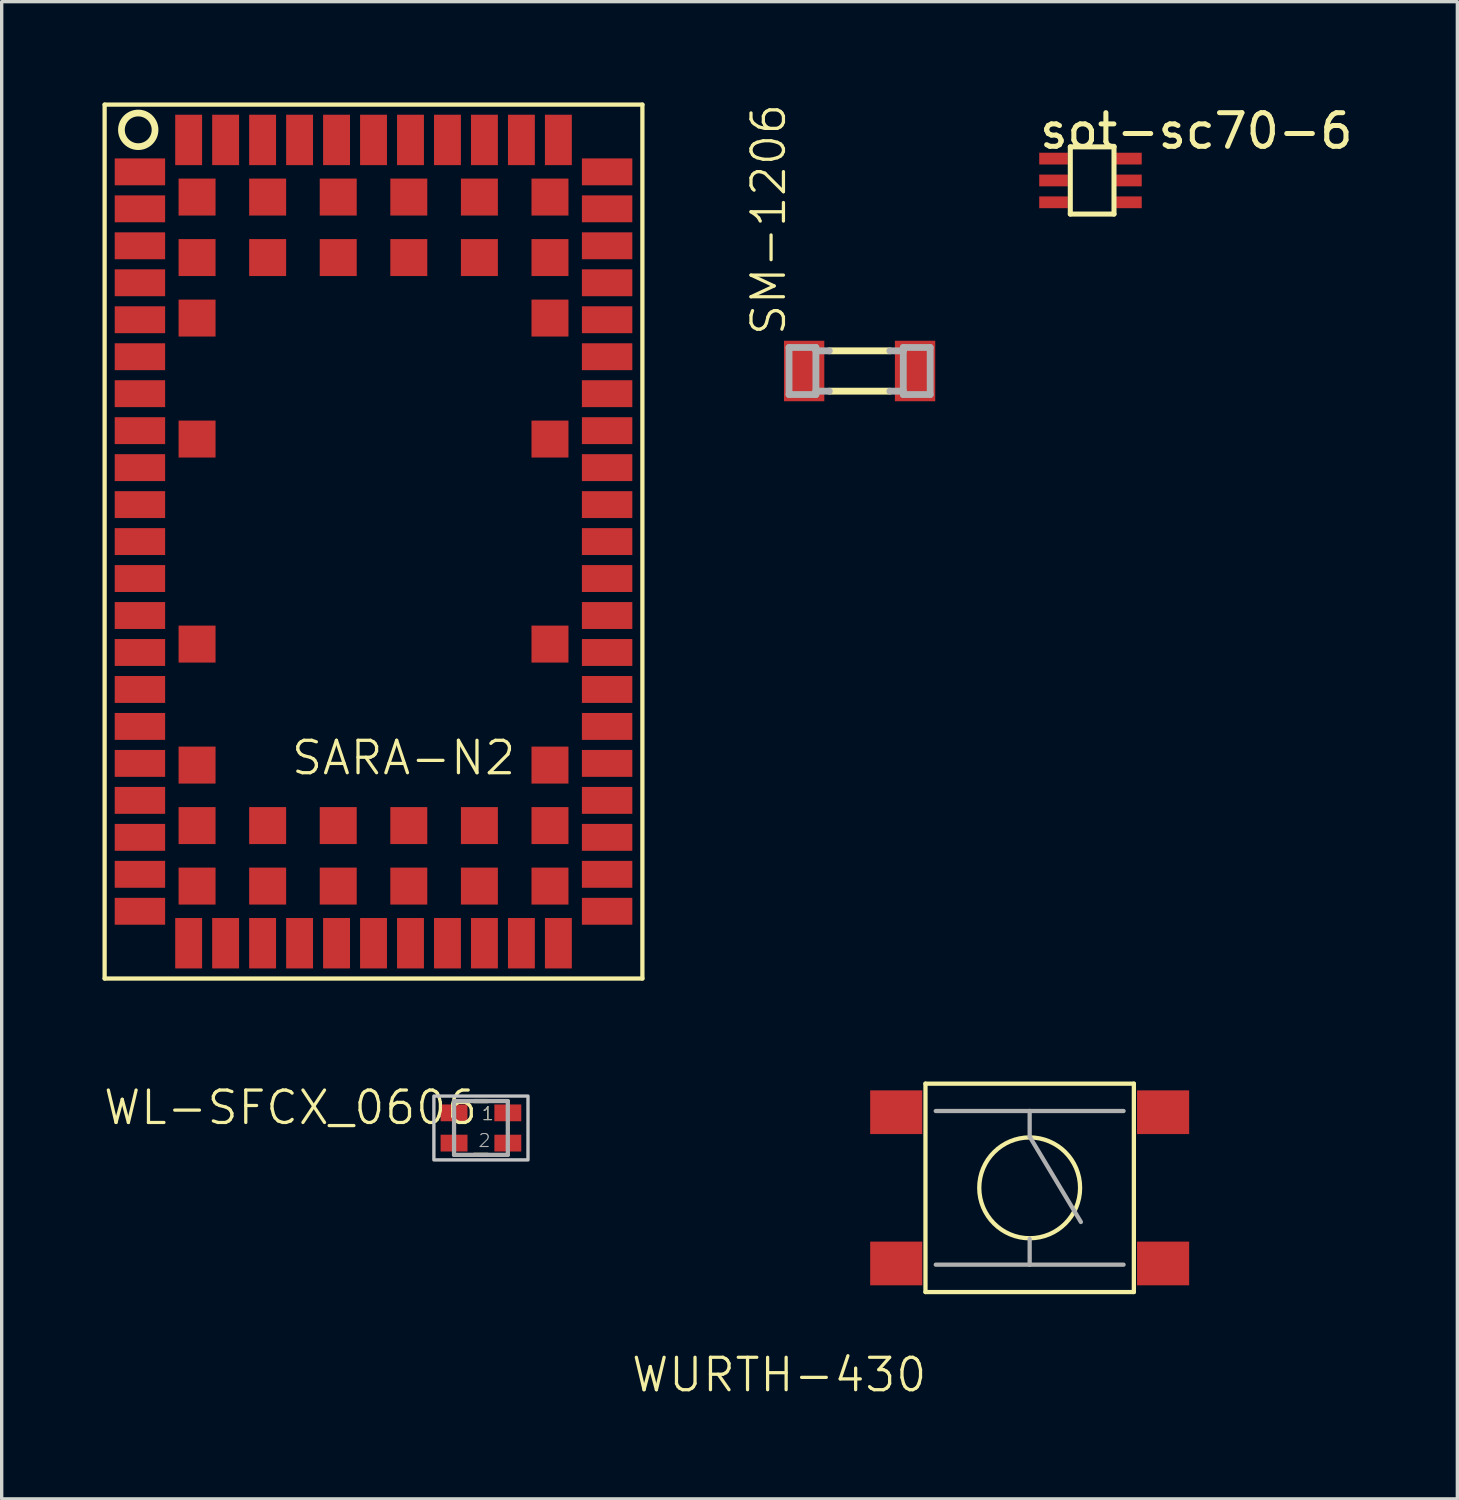
<source format=kicad_pcb>
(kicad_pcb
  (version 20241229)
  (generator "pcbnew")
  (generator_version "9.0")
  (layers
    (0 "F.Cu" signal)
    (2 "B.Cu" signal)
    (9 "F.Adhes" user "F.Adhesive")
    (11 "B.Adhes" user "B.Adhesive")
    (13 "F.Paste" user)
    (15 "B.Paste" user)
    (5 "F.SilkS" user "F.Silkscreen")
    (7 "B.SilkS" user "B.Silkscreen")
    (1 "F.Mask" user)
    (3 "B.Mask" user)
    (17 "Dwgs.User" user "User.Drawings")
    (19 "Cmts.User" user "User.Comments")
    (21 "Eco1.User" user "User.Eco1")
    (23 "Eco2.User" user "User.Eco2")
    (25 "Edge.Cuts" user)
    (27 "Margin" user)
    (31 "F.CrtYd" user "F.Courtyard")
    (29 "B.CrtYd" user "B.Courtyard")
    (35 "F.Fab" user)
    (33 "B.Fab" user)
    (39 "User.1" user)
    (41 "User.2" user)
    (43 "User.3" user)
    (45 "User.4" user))
  (footprint "SARA-N2"
    (layer "F.Cu")
    (at 8.063 2.063)
    (property "Reference" "SARA-N2" (at -2.5 18 0) (layer "F.SilkS") (effects (font (size 0.965 0.965) (thickness 0.097)) (justify left bottom)))
    (attr through_hole)
    (fp_line (start -8 -2) (end 8 -2) (stroke (width 0.127) (type solid)) (layer "F.SilkS"))
    (fp_line (start -8 24) (end -8 -2) (stroke (width 0.127) (type solid)) (layer "F.SilkS"))
    (fp_line (start 8 -2) (end 8 24) (stroke (width 0.127) (type solid)) (layer "F.SilkS"))
    (fp_line (start 8 24) (end -8 24) (stroke (width 0.127) (type solid)) (layer "F.SilkS"))
    (fp_circle (center -7 -1.25) (end -6.5 -1.25) (stroke (width 0.2) (type solid)) (fill no) (layer "F.SilkS"))
    (pad "1" smd rect (at -6.95 0 90) (size 0.8 1.5) (layers "F.Cu" "F.Mask" "F.Paste"))
    (pad "2" smd rect (at -6.95 1.1 90) (size 0.8 1.5) (layers "F.Cu" "F.Mask" "F.Paste"))
    (pad "3" smd rect (at -6.95 2.2 90) (size 0.8 1.5) (layers "F.Cu" "F.Mask" "F.Paste"))
    (pad "4" smd rect (at -6.95 3.3 90) (size 0.8 1.5) (layers "F.Cu" "F.Mask" "F.Paste"))
    (pad "5" smd rect (at -6.95 4.4 90) (size 0.8 1.5) (layers "F.Cu" "F.Mask" "F.Paste"))
    (pad "6" smd rect (at -6.95 5.5 90) (size 0.8 1.5) (layers "F.Cu" "F.Mask" "F.Paste"))
    (pad "7" smd rect (at -6.95 6.6 90) (size 0.8 1.5) (layers "F.Cu" "F.Mask" "F.Paste"))
    (pad "8" smd rect (at -6.95 7.7 90) (size 0.8 1.5) (layers "F.Cu" "F.Mask" "F.Paste"))
    (pad "9" smd rect (at -6.95 8.8 90) (size 0.8 1.5) (layers "F.Cu" "F.Mask" "F.Paste"))
    (pad "10" smd rect (at -6.95 9.9 90) (size 0.8 1.5) (layers "F.Cu" "F.Mask" "F.Paste"))
    (pad "11" smd rect (at -6.95 11 90) (size 0.8 1.5) (layers "F.Cu" "F.Mask" "F.Paste"))
    (pad "12" smd rect (at -6.95 12.1 90) (size 0.8 1.5) (layers "F.Cu" "F.Mask" "F.Paste"))
    (pad "13" smd rect (at -6.95 13.2 90) (size 0.8 1.5) (layers "F.Cu" "F.Mask" "F.Paste"))
    (pad "14" smd rect (at -6.95 14.3 90) (size 0.8 1.5) (layers "F.Cu" "F.Mask" "F.Paste"))
    (pad "15" smd rect (at -6.95 15.4 90) (size 0.8 1.5) (layers "F.Cu" "F.Mask" "F.Paste"))
    (pad "16" smd rect (at -6.95 16.5 90) (size 0.8 1.5) (layers "F.Cu" "F.Mask" "F.Paste"))
    (pad "17" smd rect (at -6.95 17.6 90) (size 0.8 1.5) (layers "F.Cu" "F.Mask" "F.Paste"))
    (pad "18" smd rect (at -6.95 18.7 90) (size 0.8 1.5) (layers "F.Cu" "F.Mask" "F.Paste"))
    (pad "19" smd rect (at -6.95 19.8 90) (size 0.8 1.5) (layers "F.Cu" "F.Mask" "F.Paste"))
    (pad "20" smd rect (at -6.95 20.9 90) (size 0.8 1.5) (layers "F.Cu" "F.Mask" "F.Paste"))
    (pad "21" smd rect (at -6.95 22 90) (size 0.8 1.5) (layers "F.Cu" "F.Mask" "F.Paste"))
    (pad "22" smd rect (at -5.5 22.95) (size 0.8 1.5) (layers "F.Cu" "F.Mask" "F.Paste"))
    (pad "23" smd rect (at -4.4 22.95) (size 0.8 1.5) (layers "F.Cu" "F.Mask" "F.Paste"))
    (pad "24" smd rect (at -3.3 22.95) (size 0.8 1.5) (layers "F.Cu" "F.Mask" "F.Paste"))
    (pad "25" smd rect (at -2.2 22.95) (size 0.8 1.5) (layers "F.Cu" "F.Mask" "F.Paste"))
    (pad "26" smd rect (at -1.1 22.95) (size 0.8 1.5) (layers "F.Cu" "F.Mask" "F.Paste"))
    (pad "27" smd rect (at 0 22.95) (size 0.8 1.5) (layers "F.Cu" "F.Mask" "F.Paste"))
    (pad "28" smd rect (at 1.1 22.95) (size 0.8 1.5) (layers "F.Cu" "F.Mask" "F.Paste"))
    (pad "29" smd rect (at 2.2 22.95) (size 0.8 1.5) (layers "F.Cu" "F.Mask" "F.Paste"))
    (pad "30" smd rect (at 3.3 22.95) (size 0.8 1.5) (layers "F.Cu" "F.Mask" "F.Paste"))
    (pad "31" smd rect (at 4.4 22.95) (size 0.8 1.5) (layers "F.Cu" "F.Mask" "F.Paste"))
    (pad "32" smd rect (at 5.5 22.95) (size 0.8 1.5) (layers "F.Cu" "F.Mask" "F.Paste"))
    (pad "33" smd rect (at 6.95 22 90) (size 0.8 1.5) (layers "F.Cu" "F.Mask" "F.Paste"))
    (pad "34" smd rect (at 6.95 20.9 90) (size 0.8 1.5) (layers "F.Cu" "F.Mask" "F.Paste"))
    (pad "35" smd rect (at 6.95 19.8 90) (size 0.8 1.5) (layers "F.Cu" "F.Mask" "F.Paste"))
    (pad "36" smd rect (at 6.95 18.7 90) (size 0.8 1.5) (layers "F.Cu" "F.Mask" "F.Paste"))
    (pad "37" smd rect (at 6.95 17.6 90) (size 0.8 1.5) (layers "F.Cu" "F.Mask" "F.Paste"))
    (pad "38" smd rect (at 6.95 16.5 90) (size 0.8 1.5) (layers "F.Cu" "F.Mask" "F.Paste"))
    (pad "39" smd rect (at 6.95 15.4 90) (size 0.8 1.5) (layers "F.Cu" "F.Mask" "F.Paste"))
    (pad "40" smd rect (at 6.95 14.3 90) (size 0.8 1.5) (layers "F.Cu" "F.Mask" "F.Paste"))
    (pad "41" smd rect (at 6.95 13.2 90) (size 0.8 1.5) (layers "F.Cu" "F.Mask" "F.Paste"))
    (pad "42" smd rect (at 6.95 12.1 90) (size 0.8 1.5) (layers "F.Cu" "F.Mask" "F.Paste"))
    (pad "43" smd rect (at 6.95 11 90) (size 0.8 1.5) (layers "F.Cu" "F.Mask" "F.Paste"))
    (pad "44" smd rect (at 6.95 9.9 90) (size 0.8 1.5) (layers "F.Cu" "F.Mask" "F.Paste"))
    (pad "45" smd rect (at 6.95 8.8 90) (size 0.8 1.5) (layers "F.Cu" "F.Mask" "F.Paste"))
    (pad "46" smd rect (at 6.95 7.7 90) (size 0.8 1.5) (layers "F.Cu" "F.Mask" "F.Paste"))
    (pad "47" smd rect (at 6.95 6.6 90) (size 0.8 1.5) (layers "F.Cu" "F.Mask" "F.Paste"))
    (pad "48" smd rect (at 6.95 5.5 90) (size 0.8 1.5) (layers "F.Cu" "F.Mask" "F.Paste"))
    (pad "49" smd rect (at 6.95 4.4 90) (size 0.8 1.5) (layers "F.Cu" "F.Mask" "F.Paste"))
    (pad "50" smd rect (at 6.95 3.3 90) (size 0.8 1.5) (layers "F.Cu" "F.Mask" "F.Paste"))
    (pad "51" smd rect (at 6.95 2.2 90) (size 0.8 1.5) (layers "F.Cu" "F.Mask" "F.Paste"))
    (pad "52" smd rect (at 6.95 1.1 90) (size 0.8 1.5) (layers "F.Cu" "F.Mask" "F.Paste"))
    (pad "53" smd rect (at 6.95 0 90) (size 0.8 1.5) (layers "F.Cu" "F.Mask" "F.Paste"))
    (pad "54" smd rect (at 5.5 -0.95) (size 0.8 1.5) (layers "F.Cu" "F.Mask" "F.Paste"))
    (pad "55" smd rect (at 4.4 -0.95) (size 0.8 1.5) (layers "F.Cu" "F.Mask" "F.Paste"))
    (pad "56" smd rect (at 3.3 -0.95) (size 0.8 1.5) (layers "F.Cu" "F.Mask" "F.Paste"))
    (pad "57" smd rect (at 2.2 -0.95) (size 0.8 1.5) (layers "F.Cu" "F.Mask" "F.Paste"))
    (pad "58" smd rect (at 1.1 -0.95) (size 0.8 1.5) (layers "F.Cu" "F.Mask" "F.Paste"))
    (pad "59" smd rect (at 0 -0.95) (size 0.8 1.5) (layers "F.Cu" "F.Mask" "F.Paste"))
    (pad "60" smd rect (at -1.1 -0.95) (size 0.8 1.5) (layers "F.Cu" "F.Mask" "F.Paste"))
    (pad "61" smd rect (at -2.2 -0.95) (size 0.8 1.5) (layers "F.Cu" "F.Mask" "F.Paste"))
    (pad "62" smd rect (at -3.3 -0.95) (size 0.8 1.5) (layers "F.Cu" "F.Mask" "F.Paste"))
    (pad "63" smd rect (at -4.4 -0.95) (size 0.8 1.5) (layers "F.Cu" "F.Mask" "F.Paste"))
    (pad "64" smd rect (at -5.5 -0.95) (size 0.8 1.5) (layers "F.Cu" "F.Mask" "F.Paste"))
    (pad "65" smd rect (at -5.25 0.75) (size 1.1 1.1) (layers "F.Cu" "F.Mask" "F.Paste"))
    (pad "66" smd rect (at -3.15 0.75) (size 1.1 1.1) (layers "F.Cu" "F.Mask" "F.Paste"))
    (pad "67" smd rect (at -1.05 0.75) (size 1.1 1.1) (layers "F.Cu" "F.Mask" "F.Paste"))
    (pad "68" smd rect (at 1.05 0.75) (size 1.1 1.1) (layers "F.Cu" "F.Mask" "F.Paste"))
    (pad "69" smd rect (at 3.15 0.75) (size 1.1 1.1) (layers "F.Cu" "F.Mask" "F.Paste"))
    (pad "70" smd rect (at 5.25 0.75) (size 1.1 1.1) (layers "F.Cu" "F.Mask" "F.Paste"))
    (pad "71" smd rect (at -5.25 2.55) (size 1.1 1.1) (layers "F.Cu" "F.Mask" "F.Paste"))
    (pad "72" smd rect (at -3.15 2.55) (size 1.1 1.1) (layers "F.Cu" "F.Mask" "F.Paste"))
    (pad "73" smd rect (at -1.05 2.55) (size 1.1 1.1) (layers "F.Cu" "F.Mask" "F.Paste"))
    (pad "74" smd rect (at 1.05 2.55) (size 1.1 1.1) (layers "F.Cu" "F.Mask" "F.Paste"))
    (pad "75" smd rect (at 3.15 2.55) (size 1.1 1.1) (layers "F.Cu" "F.Mask" "F.Paste"))
    (pad "76" smd rect (at 5.25 2.55) (size 1.1 1.1) (layers "F.Cu" "F.Mask" "F.Paste"))
    (pad "77" smd rect (at -5.25 4.35) (size 1.1 1.1) (layers "F.Cu" "F.Mask" "F.Paste"))
    (pad "78" smd rect (at 5.25 4.35) (size 1.1 1.1) (layers "F.Cu" "F.Mask" "F.Paste"))
    (pad "79" smd rect (at -5.25 7.95) (size 1.1 1.1) (layers "F.Cu" "F.Mask" "F.Paste"))
    (pad "80" smd rect (at 5.25 7.95) (size 1.1 1.1) (layers "F.Cu" "F.Mask" "F.Paste"))
    (pad "81" smd rect (at -5.25 14.05) (size 1.1 1.1) (layers "F.Cu" "F.Mask" "F.Paste"))
    (pad "82" smd rect (at 5.25 14.05) (size 1.1 1.1) (layers "F.Cu" "F.Mask" "F.Paste"))
    (pad "83" smd rect (at -5.25 17.65) (size 1.1 1.1) (layers "F.Cu" "F.Mask" "F.Paste"))
    (pad "84" smd rect (at 5.25 17.65) (size 1.1 1.1) (layers "F.Cu" "F.Mask" "F.Paste"))
    (pad "85" smd rect (at -5.25 19.45) (size 1.1 1.1) (layers "F.Cu" "F.Mask" "F.Paste"))
    (pad "86" smd rect (at -3.15 19.45) (size 1.1 1.1) (layers "F.Cu" "F.Mask" "F.Paste"))
    (pad "87" smd rect (at -1.05 19.45) (size 1.1 1.1) (layers "F.Cu" "F.Mask" "F.Paste"))
    (pad "88" smd rect (at 1.05 19.45) (size 1.1 1.1) (layers "F.Cu" "F.Mask" "F.Paste"))
    (pad "89" smd rect (at 3.15 19.45) (size 1.1 1.1) (layers "F.Cu" "F.Mask" "F.Paste"))
    (pad "90" smd rect (at 5.25 19.45) (size 1.1 1.1) (layers "F.Cu" "F.Mask" "F.Paste"))
    (pad "91" smd rect (at -5.25 21.25) (size 1.1 1.1) (layers "F.Cu" "F.Mask" "F.Paste"))
    (pad "92" smd rect (at -3.15 21.25) (size 1.1 1.1) (layers "F.Cu" "F.Mask" "F.Paste"))
    (pad "93" smd rect (at -1.05 21.25) (size 1.1 1.1) (layers "F.Cu" "F.Mask" "F.Paste"))
    (pad "94" smd rect (at 1.05 21.25) (size 1.1 1.1) (layers "F.Cu" "F.Mask" "F.Paste"))
    (pad "95" smd rect (at 3.15 21.25) (size 1.1 1.1) (layers "F.Cu" "F.Mask" "F.Paste"))
    (pad "96" smd rect (at 5.25 21.25) (size 1.1 1.1) (layers "F.Cu" "F.Mask" "F.Paste")))
  (footprint "sot-sc70-6"
    (layer "F.Cu")
    (at 29.493 1.848)
    (property "Reference" "sot-sc70-6" (at 3.05 -1 0) (layer "F.SilkS") (effects (font (size 1 1) (thickness 0.15))))
    (attr through_hole)
    (fp_line (start -0.699 -0.529) (end 0.601 -0.529) (stroke (width 0.15) (type solid)) (layer "F.SilkS"))
    (fp_line (start -0.699 1.471) (end -0.699 -0.529) (stroke (width 0.15) (type solid)) (layer "F.SilkS"))
    (fp_line (start 0.601 -0.529) (end 0.601 1.471) (stroke (width 0.15) (type solid)) (layer "F.SilkS"))
    (fp_line (start 0.601 1.471) (end -0.699 1.471) (stroke (width 0.15) (type solid)) (layer "F.SilkS"))
    (pad "1" smd rect (at -1.199 -0.179 90) (size 0.35 0.85) (layers "F.Cu" "F.Mask" "F.Paste"))
    (pad "2" smd rect (at -1.199 0.471 90) (size 0.35 0.85) (layers "F.Cu" "F.Mask" "F.Paste"))
    (pad "3" smd rect (at -1.199 1.121 90) (size 0.35 0.85) (layers "F.Cu" "F.Mask" "F.Paste"))
    (pad "4" smd rect (at 1.001 -0.179 90) (size 0.35 0.85) (layers "F.Cu" "F.Mask" "F.Paste"))
    (pad "5" smd rect (at 1.001 0.471 90) (size 0.35 0.85) (layers "F.Cu" "F.Mask" "F.Paste"))
    (pad "6" smd rect (at 1.001 1.121 90) (size 0.35 0.85) (layers "F.Cu" "F.Mask" "F.Paste")))
  (footprint "WL-SFCX_0606"
    (layer "F.Cu")
    (at 11.259 30.51)
    (property "Reference" "WL-SFCX_0606" (at -0.04 -1.17 180) (layer "F.SilkS") (effects (font (size 0.965 0.965) (thickness 0.097)) (justify right top)))
    (attr through_hole)
    (fp_line (start -0.2 -0.8) (end 0.2 -0.8) (stroke (width 0.127) (type solid)) (layer "F.SilkS"))
    (fp_line (start -0.2 0.8) (end 0.2 0.8) (stroke (width 0.127) (type solid)) (layer "F.SilkS"))
    (fp_poly (pts (xy -1.4 -0.95) (xy 1.4 -0.95) (xy 1.4 0.95) (xy -1.4 0.95)) (stroke (width 0.1) (type solid)) (fill no) (layer "Dwgs.User"))
    (fp_line (start -0.8 -0.8) (end 0.8 -0.8) (stroke (width 0.127) (type solid)) (layer "F.Fab"))
    (fp_line (start -0.8 0.8) (end -0.8 -0.8) (stroke (width 0.127) (type solid)) (layer "F.Fab"))
    (fp_line (start -0.8 0.8) (end 0.8 0.8) (stroke (width 0.127) (type solid)) (layer "F.Fab"))
    (fp_line (start 0.8 0.8) (end 0.8 -0.8) (stroke (width 0.127) (type solid)) (layer "F.Fab"))
    (fp_text user "1" (at 0 -0.2 0) (layer "F.SilkS") (effects (font (size 0.386 0.386) (thickness 0.033)) (justify left bottom)))
    (fp_text user "2" (at -0.1 0.6 0) (layer "F.Fab") (effects (font (size 0.386 0.386) (thickness 0.033)) (justify left bottom)))
    (fp_text user "1" (at 0 -0.2 0) (layer "F.Fab") (effects (font (size 0.386 0.386) (thickness 0.033)) (justify left bottom)))
    (pad "1" smd rect (at 0.8 -0.45) (size 0.8 0.5) (layers "F.Cu" "F.Mask" "F.Paste"))
    (pad "2" smd rect (at 0.8 0.45) (size 0.8 0.5) (layers "F.Cu" "F.Mask" "F.Paste"))
    (pad "3" smd rect (at -0.8 0.45) (size 0.8 0.5) (layers "F.Cu" "F.Mask" "F.Paste"))
    (pad "4" smd rect (at -0.8 -0.45) (size 0.8 0.5) (layers "F.Cu" "F.Mask" "F.Paste")))
  (footprint "WURTH-430"
    (layer "F.Cu")
    (at 27.585 32.291)
    (property "Reference" "WURTH-430" (at -3 5 180) (layer "F.SilkS") (effects (font (size 0.965 0.965) (thickness 0.097)) (justify right top)))
    (attr through_hole)
    (fp_line (start -3.1 -3.1) (end -3.1 3.1) (stroke (width 0.127) (type solid)) (layer "F.SilkS"))
    (fp_line (start -3.1 3.1) (end 3.1 3.1) (stroke (width 0.127) (type solid)) (layer "F.SilkS"))
    (fp_line (start 3.1 -3.1) (end -3.1 -3.1) (stroke (width 0.127) (type solid)) (layer "F.SilkS"))
    (fp_line (start 3.1 3.1) (end 3.1 -3.1) (stroke (width 0.127) (type solid)) (layer "F.SilkS"))
    (fp_circle (center 0 0) (end 1.5 0) (stroke (width 0.127) (type solid)) (fill no) (layer "F.SilkS"))
    (fp_line (start -2.794 -2.286) (end 0 -2.286) (stroke (width 0.127) (type solid)) (layer "F.Fab"))
    (fp_line (start -2.794 2.286) (end 0 2.286) (stroke (width 0.127) (type solid)) (layer "F.Fab"))
    (fp_line (start 0 -2.286) (end 2.794 -2.286) (stroke (width 0.127) (type solid)) (layer "F.Fab"))
    (fp_line (start 0 -1.524) (end 0 -2.286) (stroke (width 0.127) (type solid)) (layer "F.Fab"))
    (fp_line (start 0 -1.524) (end 1.524 1.016) (stroke (width 0.127) (type solid)) (layer "F.Fab"))
    (fp_line (start 0 2.286) (end 0 1.524) (stroke (width 0.127) (type solid)) (layer "F.Fab"))
    (fp_line (start 0 2.286) (end 2.794 2.286) (stroke (width 0.127) (type solid)) (layer "F.Fab"))
    (pad "1" smd rect (at -3.97 -2.25) (size 1.55 1.3) (layers "F.Cu" "F.Mask" "F.Paste"))
    (pad "2" smd rect (at -3.97 2.25) (size 1.55 1.3) (layers "F.Cu" "F.Mask" "F.Paste"))
    (pad "3" smd rect (at 3.97 -2.25) (size 1.55 1.3) (layers "F.Cu" "F.Mask" "F.Paste"))
    (pad "4" smd rect (at 3.97 2.25) (size 1.55 1.3) (layers "F.Cu" "F.Mask" "F.Paste")))
  (footprint "SM-1206"
    (layer "F.Cu")
    (at 22.525 7.988)
    (property "Reference" "SM-1206" (at -2.143 -0.997 90) (layer "F.SilkS") (effects (font (size 0.965 0.965) (thickness 0.097)) (justify left bottom)))
    (attr through_hole)
    (fp_line (start -0.9 0.6) (end 0.9 0.6) (stroke (width 0.203) (type solid)) (layer "F.SilkS"))
    (fp_line (start 0.9 -0.6) (end -0.9 -0.6) (stroke (width 0.203) (type solid)) (layer "F.SilkS"))
    (fp_line (start -2.1 -0.7) (end -2.1 0.7) (stroke (width 0.203) (type solid)) (layer "F.Fab"))
    (fp_line (start -2.1 0.7) (end -1.3 0.7) (stroke (width 0.203) (type solid)) (layer "F.Fab"))
    (fp_line (start -1.3 -0.7) (end -2.1 -0.7) (stroke (width 0.203) (type solid)) (layer "F.Fab"))
    (fp_line (start -1.3 -0.6) (end -1.3 -0.7) (stroke (width 0.203) (type solid)) (layer "F.Fab"))
    (fp_line (start -1.3 0.6) (end -1.3 -0.6) (stroke (width 0.203) (type solid)) (layer "F.Fab"))
    (fp_line (start -1.3 0.6) (end -0.9 0.6) (stroke (width 0.203) (type solid)) (layer "F.Fab"))
    (fp_line (start -1.3 0.7) (end -1.3 0.6) (stroke (width 0.203) (type solid)) (layer "F.Fab"))
    (fp_line (start -0.9 -0.6) (end -1.3 -0.6) (stroke (width 0.203) (type solid)) (layer "F.Fab"))
    (fp_line (start 0.9 0.6) (end 1.3 0.6) (stroke (width 0.203) (type solid)) (layer "F.Fab"))
    (fp_line (start 1.3 -0.7) (end 1.3 -0.6) (stroke (width 0.203) (type solid)) (layer "F.Fab"))
    (fp_line (start 1.3 -0.6) (end 0.9 -0.6) (stroke (width 0.203) (type solid)) (layer "F.Fab"))
    (fp_line (start 1.3 -0.6) (end 1.3 0.6) (stroke (width 0.203) (type solid)) (layer "F.Fab"))
    (fp_line (start 1.3 0.6) (end 1.3 0.7) (stroke (width 0.203) (type solid)) (layer "F.Fab"))
    (fp_line (start 1.3 0.7) (end 2.1 0.7) (stroke (width 0.203) (type solid)) (layer "F.Fab"))
    (fp_line (start 2.1 -0.7) (end 1.3 -0.7) (stroke (width 0.203) (type solid)) (layer "F.Fab"))
    (fp_line (start 2.1 0.7) (end 2.1 -0.7) (stroke (width 0.203) (type solid)) (layer "F.Fab"))
    (pad "1" smd rect (at -1.65 0) (size 1.2 1.8) (layers "F.Cu" "F.Mask" "F.Paste"))
    (pad "2" smd rect (at 1.65 0) (size 1.2 1.8) (layers "F.Cu" "F.Mask" "F.Paste")))
  (gr_rect
    (start -3 -3)
    (end 40.31 41.545)
    (stroke (width 0.1) (type default))
    (fill no)
    (layer "Edge.Cuts")))
</source>
